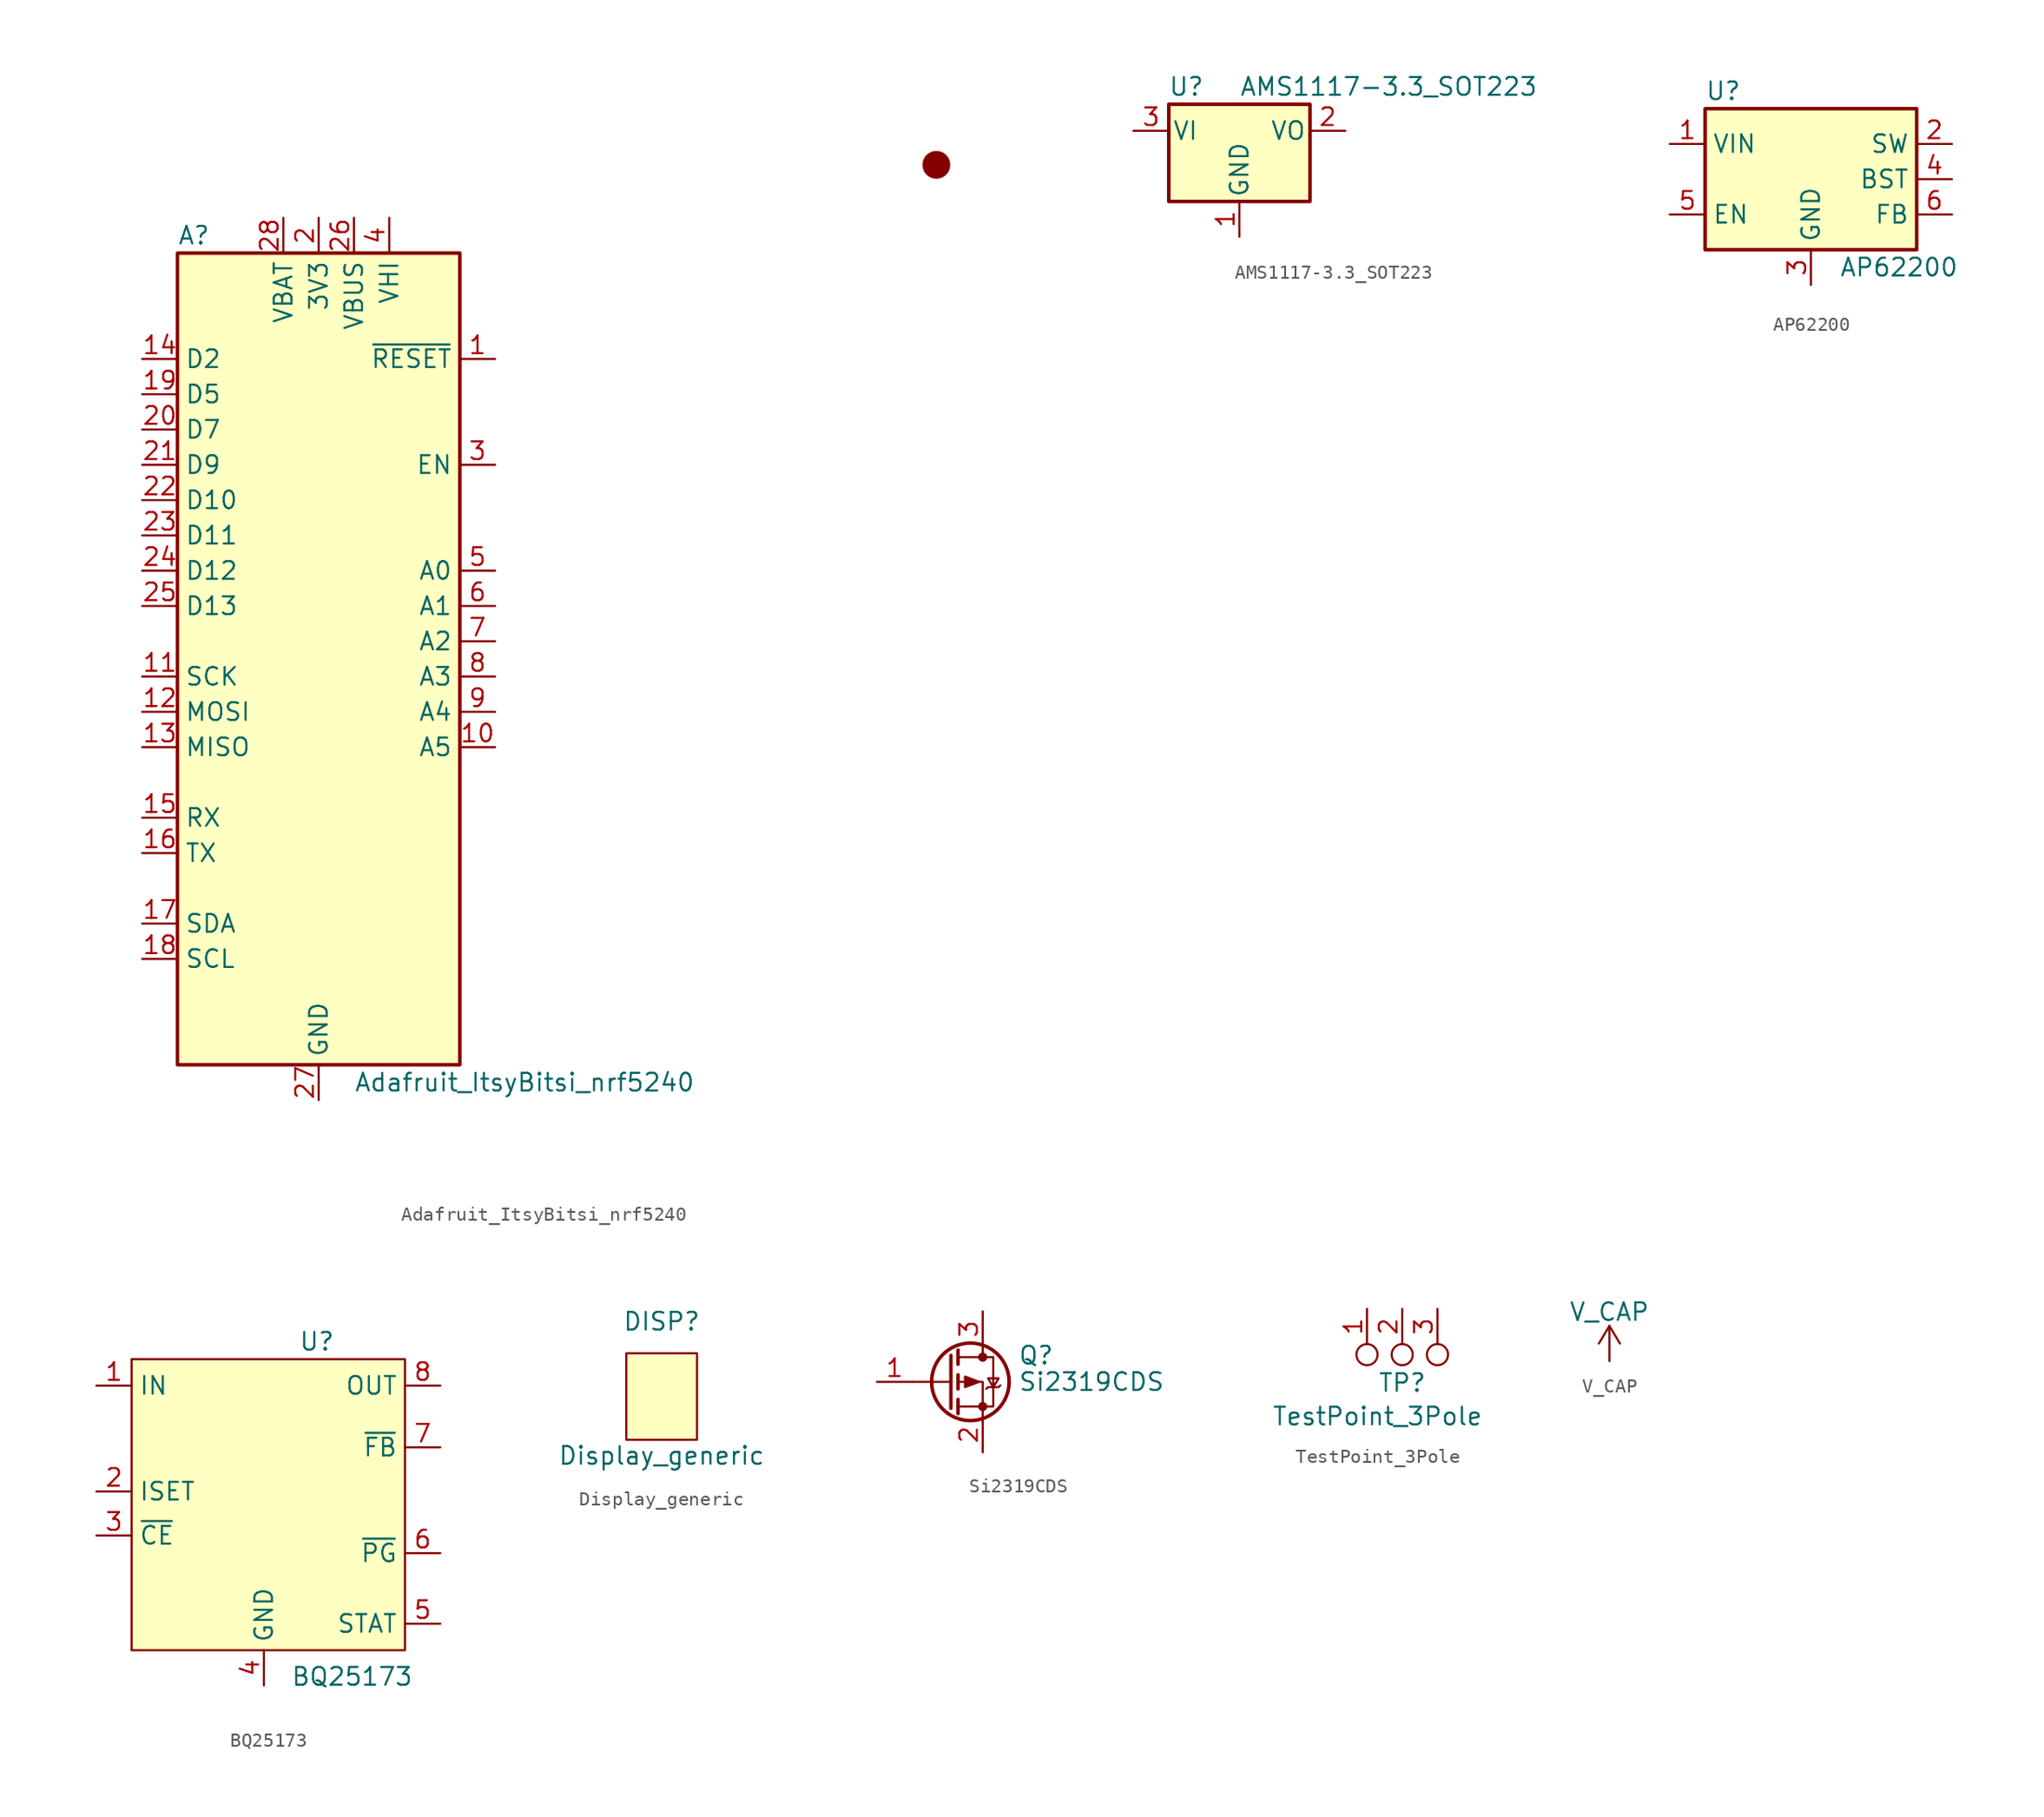
<source format=kicad_sym>
(kicad_symbol_lib
  (version 20211014)
  (generator kicad_symbol_editor)
  (symbol "Adafruit_ItsyBitsi_nrf5240"
    (property "Reference" "A"
      (at -10.16 29.21 0)
      (effects (font (size 1.27 1.27)) (justify left)))
    (property "Value" "Adafruit_ItsyBitsi_nrf5240"
      (at 2.54 -31.75 0)
      (effects (font (size 1.27 1.27)) (justify left)))
    (symbol "Adafruit_ItsyBitsi_nrf5240_0_0"
      (polyline (pts (xy 44.45 34.29) (xy 44.45 34.29)) (stroke (width 0) (type default) (color 0 0 0 0)) (fill (type none)))
      (polyline (pts (xy 44.45 34.29) (xy 44.45 34.29)) (stroke (width 0) (type default) (color 0 0 0 0)) (fill (type none)))
      (polyline (pts (xy 44.45 34.29) (xy 44.45 34.29)) (stroke (width 0) (type default) (color 0 0 0 0)) (fill (type none)))
      (polyline (pts (xy 44.45 34.29) (xy 44.45 34.29)) (stroke (width 0) (type default) (color 0 0 0 0)) (fill (type none)))
      (polyline (pts (xy 44.45 34.29) (xy 44.45 34.29)) (stroke (width 2) (type default) (color 0 0 0 0)) (fill (type none)))
      (pin bidirectional line (at -12.7 20.32 0) (length 2.54) (name "D2" (effects (font (size 1.27 1.27)))) (number "14" (effects (font (size 1.27 1.27)))))
      (pin power_out line (at 0 -33.02 90) (length 2.54) (name "GND" (effects (font (size 1.27 1.27)))) (number "27" (effects (font (size 1.27 1.27))))))
    (symbol "Adafruit_ItsyBitsi_nrf5240_0_1"
      (rectangle (start -10.16 27.94) (end 10.16 -30.48) (stroke (width 0.254) (type default) (color 0 0 0 0)) (fill (type background))))
    (symbol "Adafruit_ItsyBitsi_nrf5240_1_1"
      (pin input line (at 12.7 20.32 180) (length 2.54) (name "~{RESET}" (effects (font (size 1.27 1.27)))) (number "1" (effects (font (size 1.27 1.27)))))
      (pin bidirectional line (at 12.7 -7.62 180) (length 2.54) (name "A5" (effects (font (size 1.27 1.27)))) (number "10" (effects (font (size 1.27 1.27)))))
      (pin bidirectional line (at -12.7 -2.54 0) (length 2.54) (name "SCK" (effects (font (size 1.27 1.27)))) (number "11" (effects (font (size 1.27 1.27)))))
      (pin bidirectional line (at -12.7 -5.08 0) (length 2.54) (name "MOSI" (effects (font (size 1.27 1.27)))) (number "12" (effects (font (size 1.27 1.27)))))
      (pin bidirectional line (at -12.7 -7.62 0) (length 2.54) (name "MISO" (effects (font (size 1.27 1.27)))) (number "13" (effects (font (size 1.27 1.27)))))
      (pin bidirectional line (at -12.7 -12.7 0) (length 2.54) (name "RX" (effects (font (size 1.27 1.27)))) (number "15" (effects (font (size 1.27 1.27)))))
      (pin bidirectional line (at -12.7 -15.24 0) (length 2.54) (name "TX" (effects (font (size 1.27 1.27)))) (number "16" (effects (font (size 1.27 1.27)))))
      (pin bidirectional line (at -12.7 -20.32 0) (length 2.54) (name "SDA" (effects (font (size 1.27 1.27)))) (number "17" (effects (font (size 1.27 1.27)))))
      (pin bidirectional line (at -12.7 -22.86 0) (length 2.54) (name "SCL" (effects (font (size 1.27 1.27)))) (number "18" (effects (font (size 1.27 1.27)))))
      (pin bidirectional line (at -12.7 17.78 0) (length 2.54) (name "D5" (effects (font (size 1.27 1.27)))) (number "19" (effects (font (size 1.27 1.27)))))
      (pin power_out line (at 0 30.48 270) (length 2.54) (name "3V3" (effects (font (size 1.27 1.27)))) (number "2" (effects (font (size 1.27 1.27)))))
      (pin bidirectional line (at -12.7 15.24 0) (length 2.54) (name "D7" (effects (font (size 1.27 1.27)))) (number "20" (effects (font (size 1.27 1.27)))))
      (pin bidirectional line (at -12.7 12.7 0) (length 2.54) (name "D9" (effects (font (size 1.27 1.27)))) (number "21" (effects (font (size 1.27 1.27)))))
      (pin bidirectional line (at -12.7 10.16 0) (length 2.54) (name "D10" (effects (font (size 1.27 1.27)))) (number "22" (effects (font (size 1.27 1.27)))))
      (pin bidirectional line (at -12.7 7.62 0) (length 2.54) (name "D11" (effects (font (size 1.27 1.27)))) (number "23" (effects (font (size 1.27 1.27)))))
      (pin bidirectional line (at -12.7 5.08 0) (length 2.54) (name "D12" (effects (font (size 1.27 1.27)))) (number "24" (effects (font (size 1.27 1.27)))))
      (pin bidirectional line (at -12.7 2.54 0) (length 2.54) (name "D13" (effects (font (size 1.27 1.27)))) (number "25" (effects (font (size 1.27 1.27)))))
      (pin power_out line (at 2.54 30.48 270) (length 2.54) (name "VBUS" (effects (font (size 1.27 1.27)))) (number "26" (effects (font (size 1.27 1.27)))))
      (pin power_out line (at -2.54 30.48 270) (length 2.54) (name "VBAT" (effects (font (size 1.27 1.27)))) (number "28" (effects (font (size 1.27 1.27)))))
      (pin input line (at 12.7 12.7 180) (length 2.54) (name "EN" (effects (font (size 1.27 1.27)))) (number "3" (effects (font (size 1.27 1.27)))))
      (pin power_out line (at 5.08 30.48 270) (length 2.54) (name "VHI" (effects (font (size 1.27 1.27)))) (number "4" (effects (font (size 1.27 1.27)))))
      (pin bidirectional line (at 12.7 5.08 180) (length 2.54) (name "A0" (effects (font (size 1.27 1.27)))) (number "5" (effects (font (size 1.27 1.27)))))
      (pin bidirectional line (at 12.7 2.54 180) (length 2.54) (name "A1" (effects (font (size 1.27 1.27)))) (number "6" (effects (font (size 1.27 1.27)))))
      (pin bidirectional line (at 12.7 0 180) (length 2.54) (name "A2" (effects (font (size 1.27 1.27)))) (number "7" (effects (font (size 1.27 1.27)))))
      (pin bidirectional line (at 12.7 -2.54 180) (length 2.54) (name "A3" (effects (font (size 1.27 1.27)))) (number "8" (effects (font (size 1.27 1.27)))))
      (pin bidirectional line (at 12.7 -5.08 180) (length 2.54) (name "A4" (effects (font (size 1.27 1.27)))) (number "9" (effects (font (size 1.27 1.27)))))))
  (symbol "AMS1117-3.3_SOT223"
    (pin_names
      (offset 0.254))
    (property "Reference" "U"
      (at -3.81 3.175 0)
      (effects (font (size 1.27 1.27))))
    (property "Value" "AMS1117-3.3_SOT223"
      (at 0 3.175 0)
      (effects (font (size 1.27 1.27)) (justify left)))
    (symbol "AMS1117-3.3_SOT223_0_1"
      (rectangle (start -5.08 -5.08) (end 5.08 1.905) (stroke (width 0.254) (type default) (color 0 0 0 0)) (fill (type background))))
    (symbol "AMS1117-3.3_SOT223_1_1"
      (pin power_in line (at 0 -7.62 90) (length 2.54) (name "GND" (effects (font (size 1.27 1.27)))) (number "1" (effects (font (size 1.27 1.27)))))
      (pin power_out line (at 7.62 0 180) (length 2.54) (name "VO" (effects (font (size 1.27 1.27)))) (number "2" (effects (font (size 1.27 1.27)))))
      (pin power_in line (at -7.62 0 0) (length 2.54) (name "VI" (effects (font (size 1.27 1.27)))) (number "3" (effects (font (size 1.27 1.27)))))))
  (symbol "AP62200"
    (property "Reference" "U"
      (at -7.62 6.35 0)
      (effects (font (size 1.27 1.27)) (justify left)))
    (property "Value" "AP62200"
      (at 6.35 -6.35 0)
      (effects (font (size 1.27 1.27))))
    (symbol "AP62200_0_1"
      (rectangle (start -7.62 5.08) (end 7.62 -5.08) (stroke (width 0.254) (type default) (color 0 0 0 0)) (fill (type background))))
    (symbol "AP62200_1_1"
      (pin power_in line (at -10.16 2.54 0) (length 2.54) (name "VIN" (effects (font (size 1.27 1.27)))) (number "1" (effects (font (size 1.27 1.27)))))
      (pin output line (at 10.16 2.54 180) (length 2.54) (name "SW" (effects (font (size 1.27 1.27)))) (number "2" (effects (font (size 1.27 1.27)))))
      (pin power_in line (at 0 -7.62 90) (length 2.54) (name "GND" (effects (font (size 1.27 1.27)))) (number "3" (effects (font (size 1.27 1.27)))))
      (pin passive line (at 10.16 0 180) (length 2.54) (name "BST" (effects (font (size 1.27 1.27)))) (number "4" (effects (font (size 1.27 1.27)))))
      (pin input line (at -10.16 -2.54 0) (length 2.54) (name "EN" (effects (font (size 1.27 1.27)))) (number "5" (effects (font (size 1.27 1.27)))))
      (pin input line (at 10.16 -2.54 180) (length 2.54) (name "FB" (effects (font (size 1.27 1.27)))) (number "6" (effects (font (size 1.27 1.27)))))))
  (symbol "BQ25173"
    (property "Reference" "U"
      (at 3.81 11.43 0)
      (effects (font (size 1.27 1.27))))
    (property "Value" "BQ25173"
      (at 6.35 -12.7 0)
      (effects (font (size 1.27 1.27))))
    (symbol "BQ25173_0_0"
      (pin power_in line (at -12.065 8.255 0) (length 2.54) (name "IN" (effects (font (size 1.27 1.27)))) (number "1" (effects (font (size 1.27 1.27)))))
      (pin passive line (at -12.065 0.635 0) (length 2.54) (name "ISET" (effects (font (size 1.27 1.27)))) (number "2" (effects (font (size 1.27 1.27)))))
      (pin input line (at -12.065 -2.54 0) (length 2.54) (name "~{CE}" (effects (font (size 1.27 1.27)))) (number "3" (effects (font (size 1.27 1.27)))))
      (pin power_in line (at 0 -13.335 90) (length 2.54) (name "GND" (effects (font (size 1.27 1.27)))) (number "4" (effects (font (size 1.27 1.27)))))
      (pin output line (at 12.7 -8.89 180) (length 2.54) (name "STAT" (effects (font (size 1.27 1.27)))) (number "5" (effects (font (size 1.27 1.27)))))
      (pin output line (at 12.7 -3.81 180) (length 2.54) (name "~{PG}" (effects (font (size 1.27 1.27)))) (number "6" (effects (font (size 1.27 1.27)))))
      (pin passive line (at 12.7 3.81 180) (length 2.54) (name "~{FB}" (effects (font (size 1.27 1.27)))) (number "7" (effects (font (size 1.27 1.27)))))
      (pin power_out line (at 12.7 8.255 180) (length 2.54) (name "OUT" (effects (font (size 1.27 1.27)))) (number "8" (effects (font (size 1.27 1.27))))))
    (symbol "BQ25173_0_1"
      (rectangle (start -9.525 10.16) (end 10.16 -10.795) (stroke (width 0) (type default) (color 0 0 0 0)) (fill (type background)))))
  (symbol "Display_generic"
    (pin_numbers hide)
    (pin_names
      (offset 0) hide)
    (property "Reference" "DISP"
      (at 0 6.096 0)
      (effects (font (size 1.27 1.27))))
    (property "Value" "Display_generic"
      (at 0 -3.556 0)
      (effects (font (size 1.27 1.27))))
    (symbol "Display_generic_0_1"
      (rectangle (start -2.54 3.81) (end 2.54 -2.413) (stroke (width 0) (type default) (color 0 0 0 0)) (fill (type background)))))
  (symbol "Si2319CDS"
    (pin_names hide)
    (property "Reference" "Q"
      (at 5.08 1.905 0)
      (effects (font (size 1.27 1.27)) (justify left)))
    (property "Value" "Si2319CDS"
      (at 5.08 0 0)
      (effects (font (size 1.27 1.27)) (justify left)))
    (symbol "Si2319CDS_0_1"
      (polyline (pts (xy 0.254 0) (xy -2.54 0)) (stroke (width 0) (type default) (color 0 0 0 0)) (fill (type none)))
      (polyline (pts (xy 0.254 1.905) (xy 0.254 -1.905)) (stroke (width 0.254) (type default) (color 0 0 0 0)) (fill (type none)))
      (polyline (pts (xy 0.762 -1.27) (xy 0.762 -2.286)) (stroke (width 0.254) (type default) (color 0 0 0 0)) (fill (type none)))
      (polyline (pts (xy 0.762 0.508) (xy 0.762 -0.508)) (stroke (width 0.254) (type default) (color 0 0 0 0)) (fill (type none)))
      (polyline (pts (xy 0.762 2.286) (xy 0.762 1.27)) (stroke (width 0.254) (type default) (color 0 0 0 0)) (fill (type none)))
      (polyline (pts (xy 2.54 2.54) (xy 2.54 1.778)) (stroke (width 0) (type default) (color 0 0 0 0)) (fill (type none)))
      (polyline (pts (xy 2.54 -2.54) (xy 2.54 0) (xy 0.762 0)) (stroke (width 0) (type default) (color 0 0 0 0)) (fill (type none)))
      (polyline (pts (xy 0.762 1.778) (xy 3.302 1.778) (xy 3.302 -1.778) (xy 0.762 -1.778)) (stroke (width 0) (type default) (color 0 0 0 0)) (fill (type none)))
      (polyline (pts (xy 2.286 0) (xy 1.27 0.381) (xy 1.27 -0.381) (xy 2.286 0)) (stroke (width 0) (type default) (color 0 0 0 0)) (fill (type outline)))
      (polyline (pts (xy 2.794 -0.508) (xy 2.921 -0.381) (xy 3.683 -0.381) (xy 3.81 -0.254)) (stroke (width 0) (type default) (color 0 0 0 0)) (fill (type none)))
      (polyline (pts (xy 3.302 -0.381) (xy 2.921 0.254) (xy 3.683 0.254) (xy 3.302 -0.381)) (stroke (width 0) (type default) (color 0 0 0 0)) (fill (type none)))
      (circle (center 1.651 0) (radius 2.794) (stroke (width 0.254) (type default) (color 0 0 0 0)) (fill (type none)))
      (circle (center 2.54 -1.778) (radius 0.254) (stroke (width 0) (type default) (color 0 0 0 0)) (fill (type outline)))
      (circle (center 2.54 1.778) (radius 0.254) (stroke (width 0) (type default) (color 0 0 0 0)) (fill (type outline))))
    (symbol "Si2319CDS_1_1"
      (pin input line (at -5.08 0 0) (length 2.54) (name "G" (effects (font (size 1.27 1.27)))) (number "1" (effects (font (size 1.27 1.27)))))
      (pin passive line (at 2.54 -5.08 90) (length 2.54) (name "S" (effects (font (size 1.27 1.27)))) (number "2" (effects (font (size 1.27 1.27)))))
      (pin passive line (at 2.54 5.08 270) (length 2.54) (name "D" (effects (font (size 1.27 1.27)))) (number "3" (effects (font (size 1.27 1.27)))))))
  (symbol "TestPoint_3Pole"
    (pin_names
      (offset 0.762) hide)
    (property "Reference" "TP"
      (at 0 -5.334 0)
      (effects (font (size 1.27 1.27))))
    (property "Value" "TestPoint_3Pole"
      (at -1.778 -7.747 0)
      (effects (font (size 1.27 1.27))))
    (symbol "TestPoint_3Pole_0_1"
      (circle (center -2.54 -3.302) (radius 0.762) (stroke (width 0) (type default) (color 0 0 0 0)) (fill (type none)))
      (circle (center 0 -3.302) (radius 0.762) (stroke (width 0) (type default) (color 0 0 0 0)) (fill (type none)))
      (circle (center 2.54 -3.302) (radius 0.762) (stroke (width 0) (type default) (color 0 0 0 0)) (fill (type none)))
      (pin passive line (at -2.54 0 270) (length 2.54) (name "1" (effects (font (size 1.27 1.27)))) (number "1" (effects (font (size 1.27 1.27)))))
      (pin passive line (at 0 0 270) (length 2.54) (name "2" (effects (font (size 1.27 1.27)))) (number "2" (effects (font (size 1.27 1.27)))))
      (pin passive line (at 2.54 0 270) (length 2.54) (name "3" (effects (font (size 1.27 1.27)))) (number "3" (effects (font (size 1.27 1.27)))))))
  (symbol "V_CAP"
    (power)
    (pin_names
      (offset 0))
    (property "Reference" "#PWR"
      (at 0 -3.81 0)
      (effects (font (size 1.27 1.27)) hide))
    (property "Value" "V_CAP"
      (at 0 3.556 0)
      (effects (font (size 1.27 1.27))))
    (symbol "V_CAP_0_1"
      (polyline (pts (xy -0.762 1.27) (xy 0 2.54)) (stroke (width 0) (type default) (color 0 0 0 0)) (fill (type none)))
      (polyline (pts (xy 0 0) (xy 0 2.54)) (stroke (width 0) (type default) (color 0 0 0 0)) (fill (type none)))
      (polyline (pts (xy 0 2.54) (xy 0.762 1.27)) (stroke (width 0) (type default) (color 0 0 0 0)) (fill (type none))))
    (symbol "V_CAP_1_1"
      (pin power_in line (at 0 0 90) (length 0) hide (name "+5V" (effects (font (size 1.27 1.27)))) (number "1" (effects (font (size 1.27 1.27))))))))
</source>
